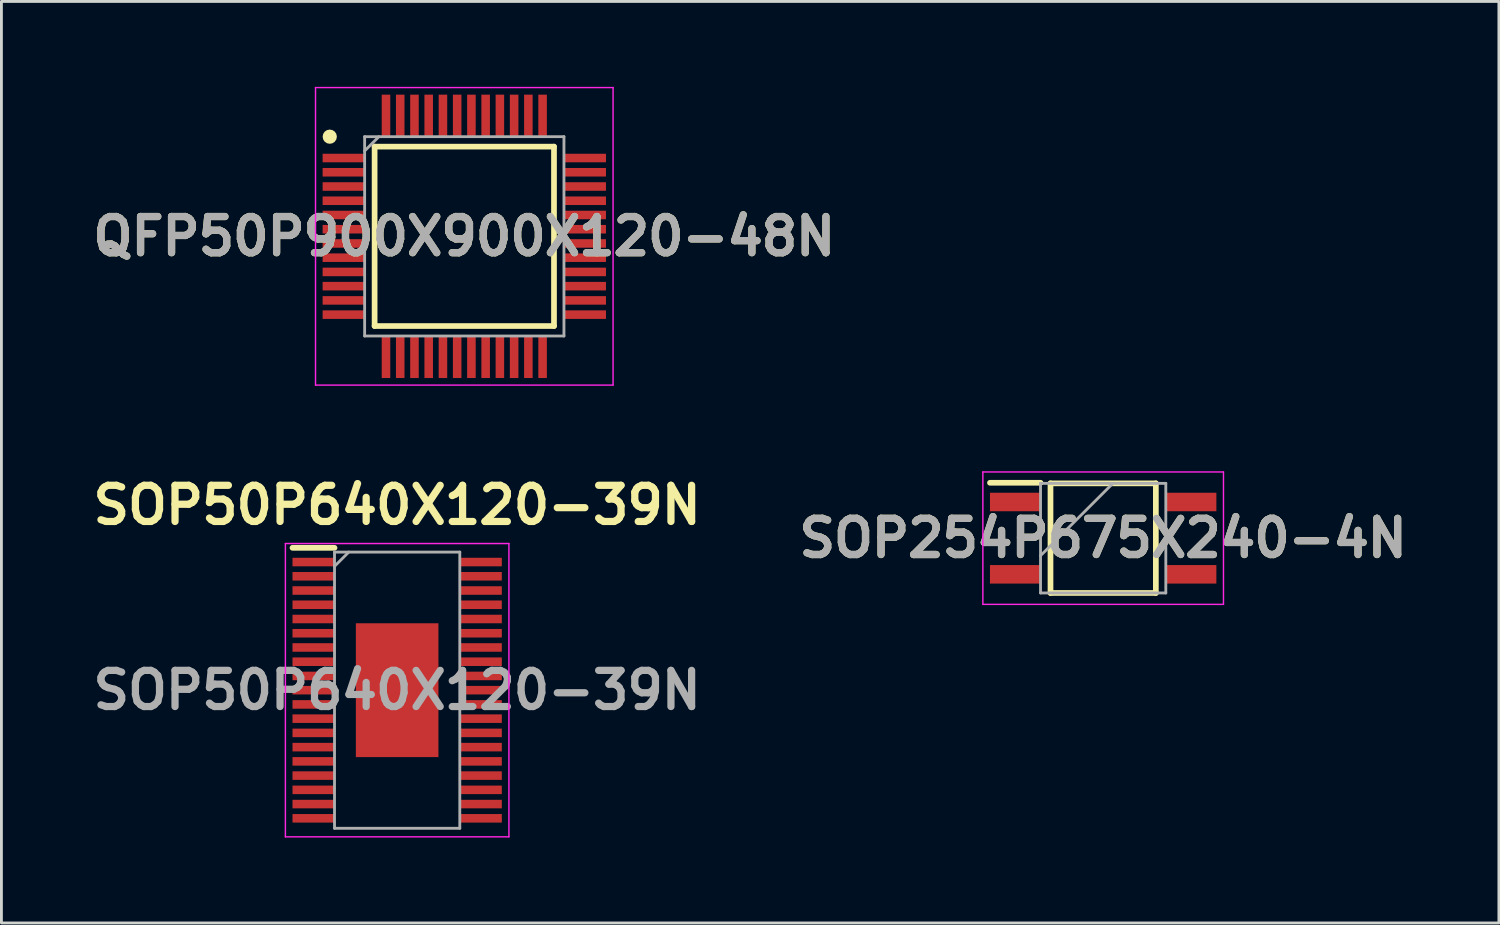
<source format=kicad_pcb>
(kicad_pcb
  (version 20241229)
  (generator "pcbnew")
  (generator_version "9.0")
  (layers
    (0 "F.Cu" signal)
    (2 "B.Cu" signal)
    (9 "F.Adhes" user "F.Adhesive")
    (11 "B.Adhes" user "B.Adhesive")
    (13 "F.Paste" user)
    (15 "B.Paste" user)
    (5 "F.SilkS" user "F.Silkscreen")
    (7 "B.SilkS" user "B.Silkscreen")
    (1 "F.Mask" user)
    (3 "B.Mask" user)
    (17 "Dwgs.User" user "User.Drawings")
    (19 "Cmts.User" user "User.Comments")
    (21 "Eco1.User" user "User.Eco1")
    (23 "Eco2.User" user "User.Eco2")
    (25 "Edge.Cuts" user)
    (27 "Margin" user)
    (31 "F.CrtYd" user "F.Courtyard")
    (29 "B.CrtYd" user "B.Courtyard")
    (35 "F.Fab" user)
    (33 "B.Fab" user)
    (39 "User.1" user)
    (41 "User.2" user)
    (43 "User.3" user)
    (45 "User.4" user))
  (footprint "SOP254P675X240-4N"
    (layer "F.Cu")
    (at 35.693 15.85)
    (property "Reference" "SOP254P675X240-4N" (at 0 0 0) (layer "F.SilkS") (effects (font (size 1.27 1.27) (thickness 0.254))))
    (attr smd)
    (fp_line (start -3.975 -1.945) (end -2.2 -1.945) (stroke (width 0.2) (type solid)) (layer "F.SilkS"))
    (fp_line (start -1.85 -1.925) (end 1.85 -1.925) (stroke (width 0.2) (type solid)) (layer "F.SilkS"))
    (fp_line (start -1.85 1.925) (end -1.85 -1.925) (stroke (width 0.2) (type solid)) (layer "F.SilkS"))
    (fp_line (start 1.85 -1.925) (end 1.85 1.925) (stroke (width 0.2) (type solid)) (layer "F.SilkS"))
    (fp_line (start 1.85 1.925) (end -1.85 1.925) (stroke (width 0.2) (type solid)) (layer "F.SilkS"))
    (fp_line (start -4.225 -2.325) (end 4.225 -2.325) (stroke (width 0.05) (type solid)) (layer "F.CrtYd"))
    (fp_line (start -4.225 2.325) (end -4.225 -2.325) (stroke (width 0.05) (type solid)) (layer "F.CrtYd"))
    (fp_line (start 4.225 -2.325) (end 4.225 2.325) (stroke (width 0.05) (type solid)) (layer "F.CrtYd"))
    (fp_line (start 4.225 2.325) (end -4.225 2.325) (stroke (width 0.05) (type solid)) (layer "F.CrtYd"))
    (fp_line (start -2.2 -1.925) (end 2.2 -1.925) (stroke (width 0.1) (type solid)) (layer "F.Fab"))
    (fp_line (start -2.2 0.615) (end 0.34 -1.925) (stroke (width 0.1) (type solid)) (layer "F.Fab"))
    (fp_line (start -2.2 1.925) (end -2.2 -1.925) (stroke (width 0.1) (type solid)) (layer "F.Fab"))
    (fp_line (start 2.2 -1.925) (end 2.2 1.925) (stroke (width 0.1) (type solid)) (layer "F.Fab"))
    (fp_line (start 2.2 1.925) (end -2.2 1.925) (stroke (width 0.1) (type solid)) (layer "F.Fab"))
    (fp_text user "${REFERENCE}" (at 0 0 0) (layer "F.Fab") (effects (font (size 1.27 1.27) (thickness 0.254))))
    (pad "1" smd rect (at -3.088 -1.27 90) (size 0.65 1.775) (layers "F.Cu" "F.Mask" "F.Paste"))
    (pad "2" smd rect (at -3.088 1.27 90) (size 0.65 1.775) (layers "F.Cu" "F.Mask" "F.Paste"))
    (pad "3" smd rect (at 3.088 1.27 90) (size 0.65 1.775) (layers "F.Cu" "F.Mask" "F.Paste"))
    (pad "4" smd rect (at 3.088 -1.27 90) (size 0.65 1.775) (layers "F.Cu" "F.Mask" "F.Paste")))
  (footprint "QFP50P900X900X120-48N"
    (layer "F.Cu")
    (at 13.256 5.25)
    (property "Reference" "QFP50P900X900X120-48N" (at 0 0 0) (layer "F.SilkS") (effects (font (size 1.27 1.27) (thickness 0.254))))
    (attr smd)
    (fp_line (start -3.15 -3.15) (end 3.15 -3.15) (stroke (width 0.2) (type solid)) (layer "F.SilkS"))
    (fp_line (start -3.15 3.15) (end -3.15 -3.15) (stroke (width 0.2) (type solid)) (layer "F.SilkS"))
    (fp_line (start 3.15 -3.15) (end 3.15 3.15) (stroke (width 0.2) (type solid)) (layer "F.SilkS"))
    (fp_line (start 3.15 3.15) (end -3.15 3.15) (stroke (width 0.2) (type solid)) (layer "F.SilkS"))
    (fp_circle (center -4.725 -3.5) (end -4.725 -3.375) (stroke (width 0.25) (type solid)) (fill no) (layer "F.SilkS"))
    (fp_line (start -5.225 -5.225) (end 5.225 -5.225) (stroke (width 0.05) (type solid)) (layer "F.CrtYd"))
    (fp_line (start -5.225 5.225) (end -5.225 -5.225) (stroke (width 0.05) (type solid)) (layer "F.CrtYd"))
    (fp_line (start 5.225 -5.225) (end 5.225 5.225) (stroke (width 0.05) (type solid)) (layer "F.CrtYd"))
    (fp_line (start 5.225 5.225) (end -5.225 5.225) (stroke (width 0.05) (type solid)) (layer "F.CrtYd"))
    (fp_line (start -3.5 -3.5) (end 3.5 -3.5) (stroke (width 0.1) (type solid)) (layer "F.Fab"))
    (fp_line (start -3.5 -3) (end -3 -3.5) (stroke (width 0.1) (type solid)) (layer "F.Fab"))
    (fp_line (start -3.5 3.5) (end -3.5 -3.5) (stroke (width 0.1) (type solid)) (layer "F.Fab"))
    (fp_line (start 3.5 -3.5) (end 3.5 3.5) (stroke (width 0.1) (type solid)) (layer "F.Fab"))
    (fp_line (start 3.5 3.5) (end -3.5 3.5) (stroke (width 0.1) (type solid)) (layer "F.Fab"))
    (fp_text user "${REFERENCE}" (at 0 0 0) (layer "F.Fab") (effects (font (size 1.27 1.27) (thickness 0.254))))
    (pad "1" smd rect (at -4.238 -2.75 90) (size 0.3 1.475) (layers "F.Cu" "F.Mask" "F.Paste"))
    (pad "2" smd rect (at -4.238 -2.25 90) (size 0.3 1.475) (layers "F.Cu" "F.Mask" "F.Paste"))
    (pad "3" smd rect (at -4.238 -1.75 90) (size 0.3 1.475) (layers "F.Cu" "F.Mask" "F.Paste"))
    (pad "4" smd rect (at -4.238 -1.25 90) (size 0.3 1.475) (layers "F.Cu" "F.Mask" "F.Paste"))
    (pad "5" smd rect (at -4.238 -0.75 90) (size 0.3 1.475) (layers "F.Cu" "F.Mask" "F.Paste"))
    (pad "6" smd rect (at -4.238 -0.25 90) (size 0.3 1.475) (layers "F.Cu" "F.Mask" "F.Paste"))
    (pad "7" smd rect (at -4.238 0.25 90) (size 0.3 1.475) (layers "F.Cu" "F.Mask" "F.Paste"))
    (pad "8" smd rect (at -4.238 0.75 90) (size 0.3 1.475) (layers "F.Cu" "F.Mask" "F.Paste"))
    (pad "9" smd rect (at -4.238 1.25 90) (size 0.3 1.475) (layers "F.Cu" "F.Mask" "F.Paste"))
    (pad "10" smd rect (at -4.238 1.75 90) (size 0.3 1.475) (layers "F.Cu" "F.Mask" "F.Paste"))
    (pad "11" smd rect (at -4.238 2.25 90) (size 0.3 1.475) (layers "F.Cu" "F.Mask" "F.Paste"))
    (pad "12" smd rect (at -4.238 2.75 90) (size 0.3 1.475) (layers "F.Cu" "F.Mask" "F.Paste"))
    (pad "13" smd rect (at -2.75 4.238) (size 0.3 1.475) (layers "F.Cu" "F.Mask" "F.Paste"))
    (pad "14" smd rect (at -2.25 4.238) (size 0.3 1.475) (layers "F.Cu" "F.Mask" "F.Paste"))
    (pad "15" smd rect (at -1.75 4.238) (size 0.3 1.475) (layers "F.Cu" "F.Mask" "F.Paste"))
    (pad "16" smd rect (at -1.25 4.238) (size 0.3 1.475) (layers "F.Cu" "F.Mask" "F.Paste"))
    (pad "17" smd rect (at -0.75 4.238) (size 0.3 1.475) (layers "F.Cu" "F.Mask" "F.Paste"))
    (pad "18" smd rect (at -0.25 4.238) (size 0.3 1.475) (layers "F.Cu" "F.Mask" "F.Paste"))
    (pad "19" smd rect (at 0.25 4.238) (size 0.3 1.475) (layers "F.Cu" "F.Mask" "F.Paste"))
    (pad "20" smd rect (at 0.75 4.238) (size 0.3 1.475) (layers "F.Cu" "F.Mask" "F.Paste"))
    (pad "21" smd rect (at 1.25 4.238) (size 0.3 1.475) (layers "F.Cu" "F.Mask" "F.Paste"))
    (pad "22" smd rect (at 1.75 4.238) (size 0.3 1.475) (layers "F.Cu" "F.Mask" "F.Paste"))
    (pad "23" smd rect (at 2.25 4.238) (size 0.3 1.475) (layers "F.Cu" "F.Mask" "F.Paste"))
    (pad "24" smd rect (at 2.75 4.238) (size 0.3 1.475) (layers "F.Cu" "F.Mask" "F.Paste"))
    (pad "25" smd rect (at 4.238 2.75 90) (size 0.3 1.475) (layers "F.Cu" "F.Mask" "F.Paste"))
    (pad "26" smd rect (at 4.238 2.25 90) (size 0.3 1.475) (layers "F.Cu" "F.Mask" "F.Paste"))
    (pad "27" smd rect (at 4.238 1.75 90) (size 0.3 1.475) (layers "F.Cu" "F.Mask" "F.Paste"))
    (pad "28" smd rect (at 4.238 1.25 90) (size 0.3 1.475) (layers "F.Cu" "F.Mask" "F.Paste"))
    (pad "29" smd rect (at 4.238 0.75 90) (size 0.3 1.475) (layers "F.Cu" "F.Mask" "F.Paste"))
    (pad "30" smd rect (at 4.238 0.25 90) (size 0.3 1.475) (layers "F.Cu" "F.Mask" "F.Paste"))
    (pad "31" smd rect (at 4.238 -0.25 90) (size 0.3 1.475) (layers "F.Cu" "F.Mask" "F.Paste"))
    (pad "32" smd rect (at 4.238 -0.75 90) (size 0.3 1.475) (layers "F.Cu" "F.Mask" "F.Paste"))
    (pad "33" smd rect (at 4.238 -1.25 90) (size 0.3 1.475) (layers "F.Cu" "F.Mask" "F.Paste"))
    (pad "34" smd rect (at 4.238 -1.75 90) (size 0.3 1.475) (layers "F.Cu" "F.Mask" "F.Paste"))
    (pad "35" smd rect (at 4.238 -2.25 90) (size 0.3 1.475) (layers "F.Cu" "F.Mask" "F.Paste"))
    (pad "36" smd rect (at 4.238 -2.75 90) (size 0.3 1.475) (layers "F.Cu" "F.Mask" "F.Paste"))
    (pad "37" smd rect (at 2.75 -4.238) (size 0.3 1.475) (layers "F.Cu" "F.Mask" "F.Paste"))
    (pad "38" smd rect (at 2.25 -4.238) (size 0.3 1.475) (layers "F.Cu" "F.Mask" "F.Paste"))
    (pad "39" smd rect (at 1.75 -4.238) (size 0.3 1.475) (layers "F.Cu" "F.Mask" "F.Paste"))
    (pad "40" smd rect (at 1.25 -4.238) (size 0.3 1.475) (layers "F.Cu" "F.Mask" "F.Paste"))
    (pad "41" smd rect (at 0.75 -4.238) (size 0.3 1.475) (layers "F.Cu" "F.Mask" "F.Paste"))
    (pad "42" smd rect (at 0.25 -4.238) (size 0.3 1.475) (layers "F.Cu" "F.Mask" "F.Paste"))
    (pad "43" smd rect (at -0.25 -4.238) (size 0.3 1.475) (layers "F.Cu" "F.Mask" "F.Paste"))
    (pad "44" smd rect (at -0.75 -4.238) (size 0.3 1.475) (layers "F.Cu" "F.Mask" "F.Paste"))
    (pad "45" smd rect (at -1.25 -4.238) (size 0.3 1.475) (layers "F.Cu" "F.Mask" "F.Paste"))
    (pad "46" smd rect (at -1.75 -4.238) (size 0.3 1.475) (layers "F.Cu" "F.Mask" "F.Paste"))
    (pad "47" smd rect (at -2.25 -4.238) (size 0.3 1.475) (layers "F.Cu" "F.Mask" "F.Paste"))
    (pad "48" smd rect (at -2.75 -4.238) (size 0.3 1.475) (layers "F.Cu" "F.Mask" "F.Paste")))
  (footprint "SOP50P640X120-39N"
    (layer "F.Cu")
    (at 10.898 21.189)
    (property "Reference" "SOP50P640X120-39N" (at 0 -6.5 0) (layer "F.SilkS") (effects (font (size 1.27 1.27) (thickness 0.254))))
    (attr smd)
    (fp_line (start -3.675 -5) (end -2.2 -5) (stroke (width 0.2) (type solid)) (layer "F.SilkS"))
    (fp_line (start -3.925 -5.15) (end 3.925 -5.15) (stroke (width 0.05) (type solid)) (layer "F.CrtYd"))
    (fp_line (start -3.925 5.15) (end -3.925 -5.15) (stroke (width 0.05) (type solid)) (layer "F.CrtYd"))
    (fp_line (start 3.925 -5.15) (end 3.925 5.15) (stroke (width 0.05) (type solid)) (layer "F.CrtYd"))
    (fp_line (start 3.925 5.15) (end -3.925 5.15) (stroke (width 0.05) (type solid)) (layer "F.CrtYd"))
    (fp_line (start -2.2 -4.85) (end 2.2 -4.85) (stroke (width 0.1) (type solid)) (layer "F.Fab"))
    (fp_line (start -2.2 -4.35) (end -1.7 -4.85) (stroke (width 0.1) (type solid)) (layer "F.Fab"))
    (fp_line (start -2.2 4.85) (end -2.2 -4.85) (stroke (width 0.1) (type solid)) (layer "F.Fab"))
    (fp_line (start 2.2 -4.85) (end 2.2 4.85) (stroke (width 0.1) (type solid)) (layer "F.Fab"))
    (fp_line (start 2.2 4.85) (end -2.2 4.85) (stroke (width 0.1) (type solid)) (layer "F.Fab"))
    (fp_text user "${REFERENCE}" (at 0 0 0) (layer "F.Fab") (effects (font (size 1.27 1.27) (thickness 0.254))))
    (pad "1" smd rect (at -2.938 -4.5 90) (size 0.3 1.475) (layers "F.Cu" "F.Mask" "F.Paste"))
    (pad "2" smd rect (at -2.938 -4 90) (size 0.3 1.475) (layers "F.Cu" "F.Mask" "F.Paste"))
    (pad "3" smd rect (at -2.938 -3.5 90) (size 0.3 1.475) (layers "F.Cu" "F.Mask" "F.Paste"))
    (pad "4" smd rect (at -2.938 -3 90) (size 0.3 1.475) (layers "F.Cu" "F.Mask" "F.Paste"))
    (pad "5" smd rect (at -2.938 -2.5 90) (size 0.3 1.475) (layers "F.Cu" "F.Mask" "F.Paste"))
    (pad "6" smd rect (at -2.938 -2 90) (size 0.3 1.475) (layers "F.Cu" "F.Mask" "F.Paste"))
    (pad "7" smd rect (at -2.938 -1.5 90) (size 0.3 1.475) (layers "F.Cu" "F.Mask" "F.Paste"))
    (pad "8" smd rect (at -2.938 -1 90) (size 0.3 1.475) (layers "F.Cu" "F.Mask" "F.Paste"))
    (pad "9" smd rect (at -2.938 -0.5 90) (size 0.3 1.475) (layers "F.Cu" "F.Mask" "F.Paste"))
    (pad "10" smd rect (at -2.938 0 90) (size 0.3 1.475) (layers "F.Cu" "F.Mask" "F.Paste"))
    (pad "11" smd rect (at -2.938 0.5 90) (size 0.3 1.475) (layers "F.Cu" "F.Mask" "F.Paste"))
    (pad "12" smd rect (at -2.938 1 90) (size 0.3 1.475) (layers "F.Cu" "F.Mask" "F.Paste"))
    (pad "13" smd rect (at -2.938 1.5 90) (size 0.3 1.475) (layers "F.Cu" "F.Mask" "F.Paste"))
    (pad "14" smd rect (at -2.938 2 90) (size 0.3 1.475) (layers "F.Cu" "F.Mask" "F.Paste"))
    (pad "15" smd rect (at -2.938 2.5 90) (size 0.3 1.475) (layers "F.Cu" "F.Mask" "F.Paste"))
    (pad "16" smd rect (at -2.938 3 90) (size 0.3 1.475) (layers "F.Cu" "F.Mask" "F.Paste"))
    (pad "17" smd rect (at -2.938 3.5 90) (size 0.3 1.475) (layers "F.Cu" "F.Mask" "F.Paste"))
    (pad "18" smd rect (at -2.938 4 90) (size 0.3 1.475) (layers "F.Cu" "F.Mask" "F.Paste"))
    (pad "19" smd rect (at -2.938 4.5 90) (size 0.3 1.475) (layers "F.Cu" "F.Mask" "F.Paste"))
    (pad "20" smd rect (at 2.938 4.5 90) (size 0.3 1.475) (layers "F.Cu" "F.Mask" "F.Paste"))
    (pad "21" smd rect (at 2.938 4 90) (size 0.3 1.475) (layers "F.Cu" "F.Mask" "F.Paste"))
    (pad "22" smd rect (at 2.938 3.5 90) (size 0.3 1.475) (layers "F.Cu" "F.Mask" "F.Paste"))
    (pad "23" smd rect (at 2.938 3 90) (size 0.3 1.475) (layers "F.Cu" "F.Mask" "F.Paste"))
    (pad "24" smd rect (at 2.938 2.5 90) (size 0.3 1.475) (layers "F.Cu" "F.Mask" "F.Paste"))
    (pad "25" smd rect (at 2.938 2 90) (size 0.3 1.475) (layers "F.Cu" "F.Mask" "F.Paste"))
    (pad "26" smd rect (at 2.938 1.5 90) (size 0.3 1.475) (layers "F.Cu" "F.Mask" "F.Paste"))
    (pad "27" smd rect (at 2.938 1 90) (size 0.3 1.475) (layers "F.Cu" "F.Mask" "F.Paste"))
    (pad "28" smd rect (at 2.938 0.5 90) (size 0.3 1.475) (layers "F.Cu" "F.Mask" "F.Paste"))
    (pad "29" smd rect (at 2.938 0 90) (size 0.3 1.475) (layers "F.Cu" "F.Mask" "F.Paste"))
    (pad "30" smd rect (at 2.938 -0.5 90) (size 0.3 1.475) (layers "F.Cu" "F.Mask" "F.Paste"))
    (pad "31" smd rect (at 2.938 -1 90) (size 0.3 1.475) (layers "F.Cu" "F.Mask" "F.Paste"))
    (pad "32" smd rect (at 2.938 -1.5 90) (size 0.3 1.475) (layers "F.Cu" "F.Mask" "F.Paste"))
    (pad "33" smd rect (at 2.938 -2 90) (size 0.3 1.475) (layers "F.Cu" "F.Mask" "F.Paste"))
    (pad "34" smd rect (at 2.938 -2.5 90) (size 0.3 1.475) (layers "F.Cu" "F.Mask" "F.Paste"))
    (pad "35" smd rect (at 2.938 -3 90) (size 0.3 1.475) (layers "F.Cu" "F.Mask" "F.Paste"))
    (pad "36" smd rect (at 2.938 -3.5 90) (size 0.3 1.475) (layers "F.Cu" "F.Mask" "F.Paste"))
    (pad "37" smd rect (at 2.938 -4 90) (size 0.3 1.475) (layers "F.Cu" "F.Mask" "F.Paste"))
    (pad "38" smd rect (at 2.938 -4.5 90) (size 0.3 1.475) (layers "F.Cu" "F.Mask" "F.Paste"))
    (pad "39" smd rect (at 0 0) (size 2.9 4.7) (layers "F.Cu" "F.Mask" "F.Paste")))
  (gr_rect
    (start -3 -3)
    (end 49.591 29.364)
    (stroke (width 0.1) (type default))
    (fill no)
    (layer "Edge.Cuts")))
</source>
